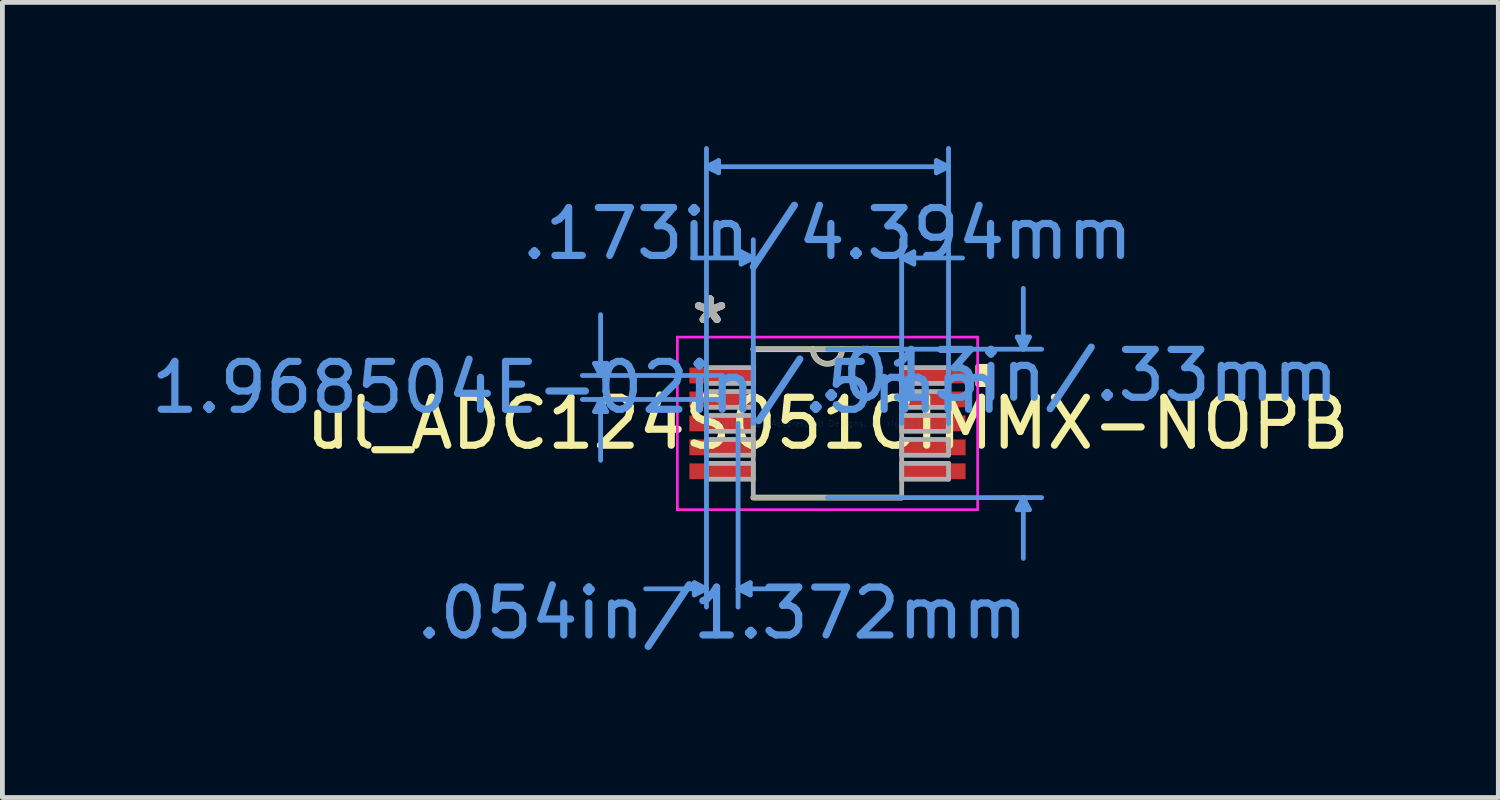
<source format=kicad_pcb>
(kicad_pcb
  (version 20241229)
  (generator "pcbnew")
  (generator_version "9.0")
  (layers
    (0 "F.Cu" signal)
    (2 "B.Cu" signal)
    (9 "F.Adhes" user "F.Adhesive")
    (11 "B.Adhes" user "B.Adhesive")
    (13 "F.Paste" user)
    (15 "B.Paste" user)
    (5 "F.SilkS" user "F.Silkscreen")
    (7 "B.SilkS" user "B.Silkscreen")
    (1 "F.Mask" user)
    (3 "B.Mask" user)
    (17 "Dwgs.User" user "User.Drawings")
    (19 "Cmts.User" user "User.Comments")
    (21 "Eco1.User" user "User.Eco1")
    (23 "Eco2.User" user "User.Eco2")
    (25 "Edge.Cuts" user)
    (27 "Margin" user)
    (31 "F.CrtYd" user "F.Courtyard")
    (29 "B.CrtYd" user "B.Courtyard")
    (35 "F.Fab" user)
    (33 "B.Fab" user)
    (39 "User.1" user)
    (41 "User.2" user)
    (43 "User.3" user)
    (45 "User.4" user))
  (footprint "ul_ADC124S051CIMMX-NOPB"
    (layer "F.Cu")
    (at 14.227 5.79)
    (property "Reference" "ul_ADC124S051CIMMX-NOPB" (at 0 0 0) (layer "F.SilkS") (effects (font (size 1 1) (thickness 0.15))))
    (attr through_hole)
    (fp_line (start -1.549 1.549) (end 1.549 1.549) (stroke (width 0.12) (type solid)) (layer "F.SilkS"))
    (fp_line (start 1.549 -1.549) (end -1.549 -1.549) (stroke (width 0.12) (type solid)) (layer "F.SilkS"))
    (fp_arc (start 0.3048 -1.5494) (mid 0 -1.2446) (end -0.3048 -1.5494) (stroke (width 0.12) (type solid)) (layer "F.SilkS"))
    (fp_poly (pts (xy 3.391 -1.191) (xy 3.391 -0.81) (xy 3.137 -0.81) (xy 3.137 -1.191)) (stroke (width 0.1) (type solid)) (fill yes) (layer "F.SilkS"))
    (fp_line (start -4.864 -1.254) (end -4.61 -1.254) (stroke (width 0.1) (type solid)) (layer "Cmts.User"))
    (fp_line (start -4.864 -0.246) (end -4.61 -0.246) (stroke (width 0.1) (type solid)) (layer "Cmts.User"))
    (fp_line (start -4.737 -1) (end -4.864 -1.254) (stroke (width 0.1) (type solid)) (layer "Cmts.User"))
    (fp_line (start -4.737 -1) (end -4.737 -2.27) (stroke (width 0.1) (type solid)) (layer "Cmts.User"))
    (fp_line (start -4.737 -1) (end -4.61 -1.254) (stroke (width 0.1) (type solid)) (layer "Cmts.User"))
    (fp_line (start -4.737 -0.5) (end -4.864 -0.246) (stroke (width 0.1) (type solid)) (layer "Cmts.User"))
    (fp_line (start -4.737 -0.5) (end -4.737 0.77) (stroke (width 0.1) (type solid)) (layer "Cmts.User"))
    (fp_line (start -4.737 -0.5) (end -4.61 -0.246) (stroke (width 0.1) (type solid)) (layer "Cmts.User"))
    (fp_line (start -2.781 3.327) (end -2.781 3.581) (stroke (width 0.1) (type solid)) (layer "Cmts.User"))
    (fp_line (start -2.527 -5.359) (end -2.273 -5.486) (stroke (width 0.1) (type solid)) (layer "Cmts.User"))
    (fp_line (start -2.527 -5.359) (end -2.273 -5.232) (stroke (width 0.1) (type solid)) (layer "Cmts.User"))
    (fp_line (start -2.527 -5.359) (end 2.527 -5.359) (stroke (width 0.1) (type solid)) (layer "Cmts.User"))
    (fp_line (start -2.527 0) (end -2.527 -5.74) (stroke (width 0.1) (type solid)) (layer "Cmts.User"))
    (fp_line (start -2.527 0) (end -2.527 3.835) (stroke (width 0.1) (type solid)) (layer "Cmts.User"))
    (fp_line (start -2.527 3.454) (end -3.797 3.454) (stroke (width 0.1) (type solid)) (layer "Cmts.User"))
    (fp_line (start -2.527 3.454) (end -2.781 3.327) (stroke (width 0.1) (type solid)) (layer "Cmts.User"))
    (fp_line (start -2.527 3.454) (end -2.781 3.581) (stroke (width 0.1) (type solid)) (layer "Cmts.User"))
    (fp_line (start -2.273 -5.486) (end -2.273 -5.232) (stroke (width 0.1) (type solid)) (layer "Cmts.User"))
    (fp_line (start -2.197 -1) (end -5.118 -1) (stroke (width 0.1) (type solid)) (layer "Cmts.User"))
    (fp_line (start -2.197 -0.5) (end -5.118 -0.5) (stroke (width 0.1) (type solid)) (layer "Cmts.User"))
    (fp_line (start -1.867 0) (end -1.867 3.835) (stroke (width 0.1) (type solid)) (layer "Cmts.User"))
    (fp_line (start -1.867 3.454) (end -1.613 3.327) (stroke (width 0.1) (type solid)) (layer "Cmts.User"))
    (fp_line (start -1.867 3.454) (end -1.613 3.581) (stroke (width 0.1) (type solid)) (layer "Cmts.User"))
    (fp_line (start -1.867 3.454) (end -0.597 3.454) (stroke (width 0.1) (type solid)) (layer "Cmts.User"))
    (fp_line (start -1.803 -3.581) (end -1.803 -3.327) (stroke (width 0.1) (type solid)) (layer "Cmts.User"))
    (fp_line (start -1.613 3.327) (end -1.613 3.581) (stroke (width 0.1) (type solid)) (layer "Cmts.User"))
    (fp_line (start -1.549 -3.454) (end -2.819 -3.454) (stroke (width 0.1) (type solid)) (layer "Cmts.User"))
    (fp_line (start -1.549 -3.454) (end -1.803 -3.581) (stroke (width 0.1) (type solid)) (layer "Cmts.User"))
    (fp_line (start -1.549 -3.454) (end -1.803 -3.327) (stroke (width 0.1) (type solid)) (layer "Cmts.User"))
    (fp_line (start -1.549 0) (end -1.549 -3.835) (stroke (width 0.1) (type solid)) (layer "Cmts.User"))
    (fp_line (start 0 -1.549) (end 4.47 -1.549) (stroke (width 0.1) (type solid)) (layer "Cmts.User"))
    (fp_line (start 0 1.549) (end 4.47 1.549) (stroke (width 0.1) (type solid)) (layer "Cmts.User"))
    (fp_line (start 1.549 -3.454) (end 1.803 -3.581) (stroke (width 0.1) (type solid)) (layer "Cmts.User"))
    (fp_line (start 1.549 -3.454) (end 1.803 -3.327) (stroke (width 0.1) (type solid)) (layer "Cmts.User"))
    (fp_line (start 1.549 -3.454) (end 2.819 -3.454) (stroke (width 0.1) (type solid)) (layer "Cmts.User"))
    (fp_line (start 1.549 0) (end 1.549 -3.835) (stroke (width 0.1) (type solid)) (layer "Cmts.User"))
    (fp_line (start 1.803 -3.581) (end 1.803 -3.327) (stroke (width 0.1) (type solid)) (layer "Cmts.User"))
    (fp_line (start 2.273 -5.486) (end 2.273 -5.232) (stroke (width 0.1) (type solid)) (layer "Cmts.User"))
    (fp_line (start 2.527 -5.359) (end 2.273 -5.486) (stroke (width 0.1) (type solid)) (layer "Cmts.User"))
    (fp_line (start 2.527 -5.359) (end 2.273 -5.232) (stroke (width 0.1) (type solid)) (layer "Cmts.User"))
    (fp_line (start 2.527 0) (end 2.527 -5.74) (stroke (width 0.1) (type solid)) (layer "Cmts.User"))
    (fp_line (start 3.962 -1.803) (end 4.216 -1.803) (stroke (width 0.1) (type solid)) (layer "Cmts.User"))
    (fp_line (start 3.962 1.803) (end 4.216 1.803) (stroke (width 0.1) (type solid)) (layer "Cmts.User"))
    (fp_line (start 4.089 -1.549) (end 3.962 -1.803) (stroke (width 0.1) (type solid)) (layer "Cmts.User"))
    (fp_line (start 4.089 -1.549) (end 4.089 -2.819) (stroke (width 0.1) (type solid)) (layer "Cmts.User"))
    (fp_line (start 4.089 -1.549) (end 4.216 -1.803) (stroke (width 0.1) (type solid)) (layer "Cmts.User"))
    (fp_line (start 4.089 1.549) (end 3.962 1.803) (stroke (width 0.1) (type solid)) (layer "Cmts.User"))
    (fp_line (start 4.089 1.549) (end 4.089 2.819) (stroke (width 0.1) (type solid)) (layer "Cmts.User"))
    (fp_line (start 4.089 1.549) (end 4.216 1.803) (stroke (width 0.1) (type solid)) (layer "Cmts.User"))
    (fp_line (start -3.137 -1.803) (end 3.137 -1.803) (stroke (width 0.05) (type solid)) (layer "F.CrtYd"))
    (fp_line (start -3.137 -1.803) (end 3.137 -1.803) (stroke (width 0.05) (type solid)) (layer "F.CrtYd"))
    (fp_line (start -3.137 1.803) (end -3.137 -1.803) (stroke (width 0.05) (type solid)) (layer "F.CrtYd"))
    (fp_line (start -3.137 1.803) (end -3.137 -1.803) (stroke (width 0.05) (type solid)) (layer "F.CrtYd"))
    (fp_line (start 3.137 -1.803) (end 3.137 1.803) (stroke (width 0.05) (type solid)) (layer "F.CrtYd"))
    (fp_line (start 3.137 -1.803) (end 3.137 1.803) (stroke (width 0.05) (type solid)) (layer "F.CrtYd"))
    (fp_line (start 3.137 1.803) (end -3.137 1.803) (stroke (width 0.05) (type solid)) (layer "F.CrtYd"))
    (fp_line (start 3.137 1.803) (end -3.137 1.803) (stroke (width 0.05) (type solid)) (layer "F.CrtYd"))
    (fp_line (start -2.527 -1.165) (end -2.527 -0.835) (stroke (width 0.1) (type solid)) (layer "F.Fab"))
    (fp_line (start -2.527 -0.835) (end -1.549 -0.835) (stroke (width 0.1) (type solid)) (layer "F.Fab"))
    (fp_line (start -2.527 -0.665) (end -2.527 -0.335) (stroke (width 0.1) (type solid)) (layer "F.Fab"))
    (fp_line (start -2.527 -0.335) (end -1.549 -0.335) (stroke (width 0.1) (type solid)) (layer "F.Fab"))
    (fp_line (start -2.527 -0.165) (end -2.527 0.165) (stroke (width 0.1) (type solid)) (layer "F.Fab"))
    (fp_line (start -2.527 0.165) (end -1.549 0.165) (stroke (width 0.1) (type solid)) (layer "F.Fab"))
    (fp_line (start -2.527 0.335) (end -2.527 0.665) (stroke (width 0.1) (type solid)) (layer "F.Fab"))
    (fp_line (start -2.527 0.665) (end -1.549 0.665) (stroke (width 0.1) (type solid)) (layer "F.Fab"))
    (fp_line (start -2.527 0.835) (end -2.527 1.165) (stroke (width 0.1) (type solid)) (layer "F.Fab"))
    (fp_line (start -2.527 1.165) (end -1.549 1.165) (stroke (width 0.1) (type solid)) (layer "F.Fab"))
    (fp_line (start -1.549 -1.549) (end -1.549 1.549) (stroke (width 0.1) (type solid)) (layer "F.Fab"))
    (fp_line (start -1.549 -1.165) (end -2.527 -1.165) (stroke (width 0.1) (type solid)) (layer "F.Fab"))
    (fp_line (start -1.549 -0.835) (end -1.549 -1.165) (stroke (width 0.1) (type solid)) (layer "F.Fab"))
    (fp_line (start -1.549 -0.665) (end -2.527 -0.665) (stroke (width 0.1) (type solid)) (layer "F.Fab"))
    (fp_line (start -1.549 -0.335) (end -1.549 -0.665) (stroke (width 0.1) (type solid)) (layer "F.Fab"))
    (fp_line (start -1.549 -0.165) (end -2.527 -0.165) (stroke (width 0.1) (type solid)) (layer "F.Fab"))
    (fp_line (start -1.549 0.165) (end -1.549 -0.165) (stroke (width 0.1) (type solid)) (layer "F.Fab"))
    (fp_line (start -1.549 0.335) (end -2.527 0.335) (stroke (width 0.1) (type solid)) (layer "F.Fab"))
    (fp_line (start -1.549 0.665) (end -1.549 0.335) (stroke (width 0.1) (type solid)) (layer "F.Fab"))
    (fp_line (start -1.549 0.835) (end -2.527 0.835) (stroke (width 0.1) (type solid)) (layer "F.Fab"))
    (fp_line (start -1.549 1.165) (end -1.549 0.835) (stroke (width 0.1) (type solid)) (layer "F.Fab"))
    (fp_line (start -1.549 1.549) (end 1.549 1.549) (stroke (width 0.1) (type solid)) (layer "F.Fab"))
    (fp_line (start 1.549 -1.549) (end -1.549 -1.549) (stroke (width 0.1) (type solid)) (layer "F.Fab"))
    (fp_line (start 1.549 -1.165) (end 1.549 -0.835) (stroke (width 0.1) (type solid)) (layer "F.Fab"))
    (fp_line (start 1.549 -0.835) (end 2.527 -0.835) (stroke (width 0.1) (type solid)) (layer "F.Fab"))
    (fp_line (start 1.549 -0.665) (end 1.549 -0.335) (stroke (width 0.1) (type solid)) (layer "F.Fab"))
    (fp_line (start 1.549 -0.335) (end 2.527 -0.335) (stroke (width 0.1) (type solid)) (layer "F.Fab"))
    (fp_line (start 1.549 -0.165) (end 1.549 0.165) (stroke (width 0.1) (type solid)) (layer "F.Fab"))
    (fp_line (start 1.549 0.165) (end 2.527 0.165) (stroke (width 0.1) (type solid)) (layer "F.Fab"))
    (fp_line (start 1.549 0.335) (end 1.549 0.665) (stroke (width 0.1) (type solid)) (layer "F.Fab"))
    (fp_line (start 1.549 0.665) (end 2.527 0.665) (stroke (width 0.1) (type solid)) (layer "F.Fab"))
    (fp_line (start 1.549 0.835) (end 1.549 1.165) (stroke (width 0.1) (type solid)) (layer "F.Fab"))
    (fp_line (start 1.549 1.165) (end 2.527 1.165) (stroke (width 0.1) (type solid)) (layer "F.Fab"))
    (fp_line (start 1.549 1.549) (end 1.549 -1.549) (stroke (width 0.1) (type solid)) (layer "F.Fab"))
    (fp_line (start 2.527 -1.165) (end 1.549 -1.165) (stroke (width 0.1) (type solid)) (layer "F.Fab"))
    (fp_line (start 2.527 -0.835) (end 2.527 -1.165) (stroke (width 0.1) (type solid)) (layer "F.Fab"))
    (fp_line (start 2.527 -0.665) (end 1.549 -0.665) (stroke (width 0.1) (type solid)) (layer "F.Fab"))
    (fp_line (start 2.527 -0.335) (end 2.527 -0.665) (stroke (width 0.1) (type solid)) (layer "F.Fab"))
    (fp_line (start 2.527 -0.165) (end 1.549 -0.165) (stroke (width 0.1) (type solid)) (layer "F.Fab"))
    (fp_line (start 2.527 0.165) (end 2.527 -0.165) (stroke (width 0.1) (type solid)) (layer "F.Fab"))
    (fp_line (start 2.527 0.335) (end 1.549 0.335) (stroke (width 0.1) (type solid)) (layer "F.Fab"))
    (fp_line (start 2.527 0.665) (end 2.527 0.335) (stroke (width 0.1) (type solid)) (layer "F.Fab"))
    (fp_line (start 2.527 0.835) (end 1.549 0.835) (stroke (width 0.1) (type solid)) (layer "F.Fab"))
    (fp_line (start 2.527 1.165) (end 2.527 0.835) (stroke (width 0.1) (type solid)) (layer "F.Fab"))
    (fp_arc (start 0.3048 -1.5494) (mid 0 -1.2446) (end -0.3048 -1.5494) (stroke (width 0.1) (type solid)) (layer "F.Fab"))
    (fp_text user "*" (at -2.451 -2.054 0) (layer "F.SilkS") (effects (font (size 1 1) (thickness 0.15))))
    (fp_text user "*" (at -2.451 -2.054 0) (layer "F.SilkS") (effects (font (size 1 1) (thickness 0.15))))
    (fp_text user ".054in/1.372mm" (at -2.197 3.962 0) (layer "Cmts.User") (effects (font (size 1 1) (thickness 0.15))))
    (fp_text user ".013in/.33mm" (at 5.245 -1 0) (layer "Cmts.User") (effects (font (size 1 1) (thickness 0.15))))
    (fp_text user "Copyright 2021 Accelerated Designs. All rights reserved." (at 0 0 0) (layer "Cmts.User") (effects (font (size 0.127 0.127) (thickness 0.002))))
    (fp_text user ".173in/4.394mm" (at 0 -3.962 0) (layer "Cmts.User") (effects (font (size 1 1) (thickness 0.15))))
    (fp_text user "1.968504E-02in/.5mm" (at -5.245 -0.75 0) (layer "Cmts.User") (effects (font (size 1 1) (thickness 0.15))))
    (fp_text user "*" (at -2.451 -2.054 0) (layer "F.Fab") (effects (font (size 1 1) (thickness 0.15))))
    (fp_text user "*" (at -2.451 -2.054 0) (layer "F.Fab") (effects (font (size 1 1) (thickness 0.15))))
    (pad "1" smd rect (at -2.197 -1) (size 1.372 0.33) (layers "F.Cu" "F.Mask" "F.Paste"))
    (pad "2" smd rect (at -2.197 -0.5) (size 1.372 0.33) (layers "F.Cu" "F.Mask" "F.Paste"))
    (pad "3" smd rect (at -2.197 0) (size 1.372 0.33) (layers "F.Cu" "F.Mask" "F.Paste"))
    (pad "4" smd rect (at -2.197 0.5) (size 1.372 0.33) (layers "F.Cu" "F.Mask" "F.Paste"))
    (pad "5" smd rect (at -2.197 1) (size 1.372 0.33) (layers "F.Cu" "F.Mask" "F.Paste"))
    (pad "6" smd rect (at 2.197 1) (size 1.372 0.33) (layers "F.Cu" "F.Mask" "F.Paste"))
    (pad "7" smd rect (at 2.197 0.5) (size 1.372 0.33) (layers "F.Cu" "F.Mask" "F.Paste"))
    (pad "8" smd rect (at 2.197 0) (size 1.372 0.33) (layers "F.Cu" "F.Mask" "F.Paste"))
    (pad "9" smd rect (at 2.197 -0.5) (size 1.372 0.33) (layers "F.Cu" "F.Mask" "F.Paste"))
    (pad "10" smd rect (at 2.197 -1) (size 1.372 0.33) (layers "F.Cu" "F.Mask" "F.Paste")))
  (gr_rect
    (start -3 -3)
    (end 28.233 13.601)
    (stroke (width 0.1) (type default))
    (fill no)
    (layer "Edge.Cuts")))
</source>
